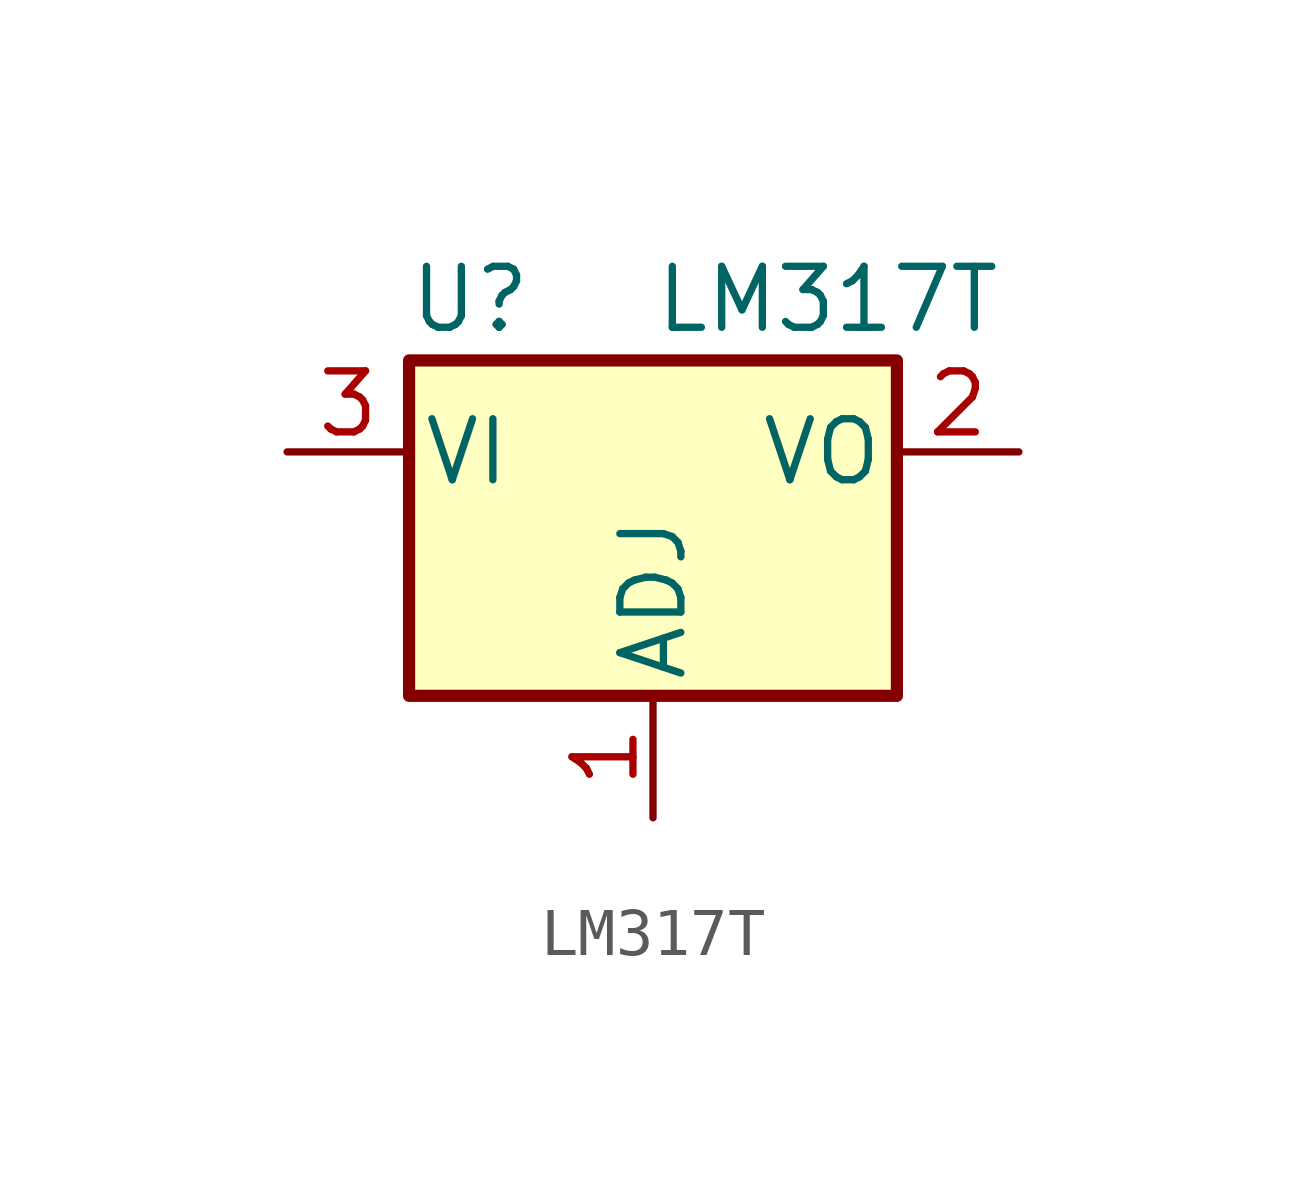
<source format=kicad_sym>
(kicad_symbol_lib
  (version 20220914)
  (generator kicad_db_lib)
  (symbol "LM317T"
    (pin_names
      (offset 0.254))
    (property "Reference" "U"
      (at -3.81 3.175 0)
      (effects (font (size 1.27 1.27))))
    (property "Value" "LM317T"
      (at 0 3.175 0)
      (effects (font (size 1.27 1.27)) (justify left)))
    (symbol "LM317T_0_1"
      (rectangle (start -5.08 1.905) (end 5.08 -5.08) (stroke (width 0.254) (type default)) (fill (type background))))
    (symbol "LM317T_1_1"
      (pin input line (at 0 -7.62 90) (length 2.54) (name "ADJ" (effects (font (size 1.27 1.27)))) (number "1" (effects (font (size 1.27 1.27)))))
      (pin power_out line (at 7.62 0 180) (length 2.54) (name "VO" (effects (font (size 1.27 1.27)))) (number "2" (effects (font (size 1.27 1.27)))))
      (pin power_in line (at -7.62 0 0) (length 2.54) (name "VI" (effects (font (size 1.27 1.27)))) (number "3" (effects (font (size 1.27 1.27))))))))
</source>
